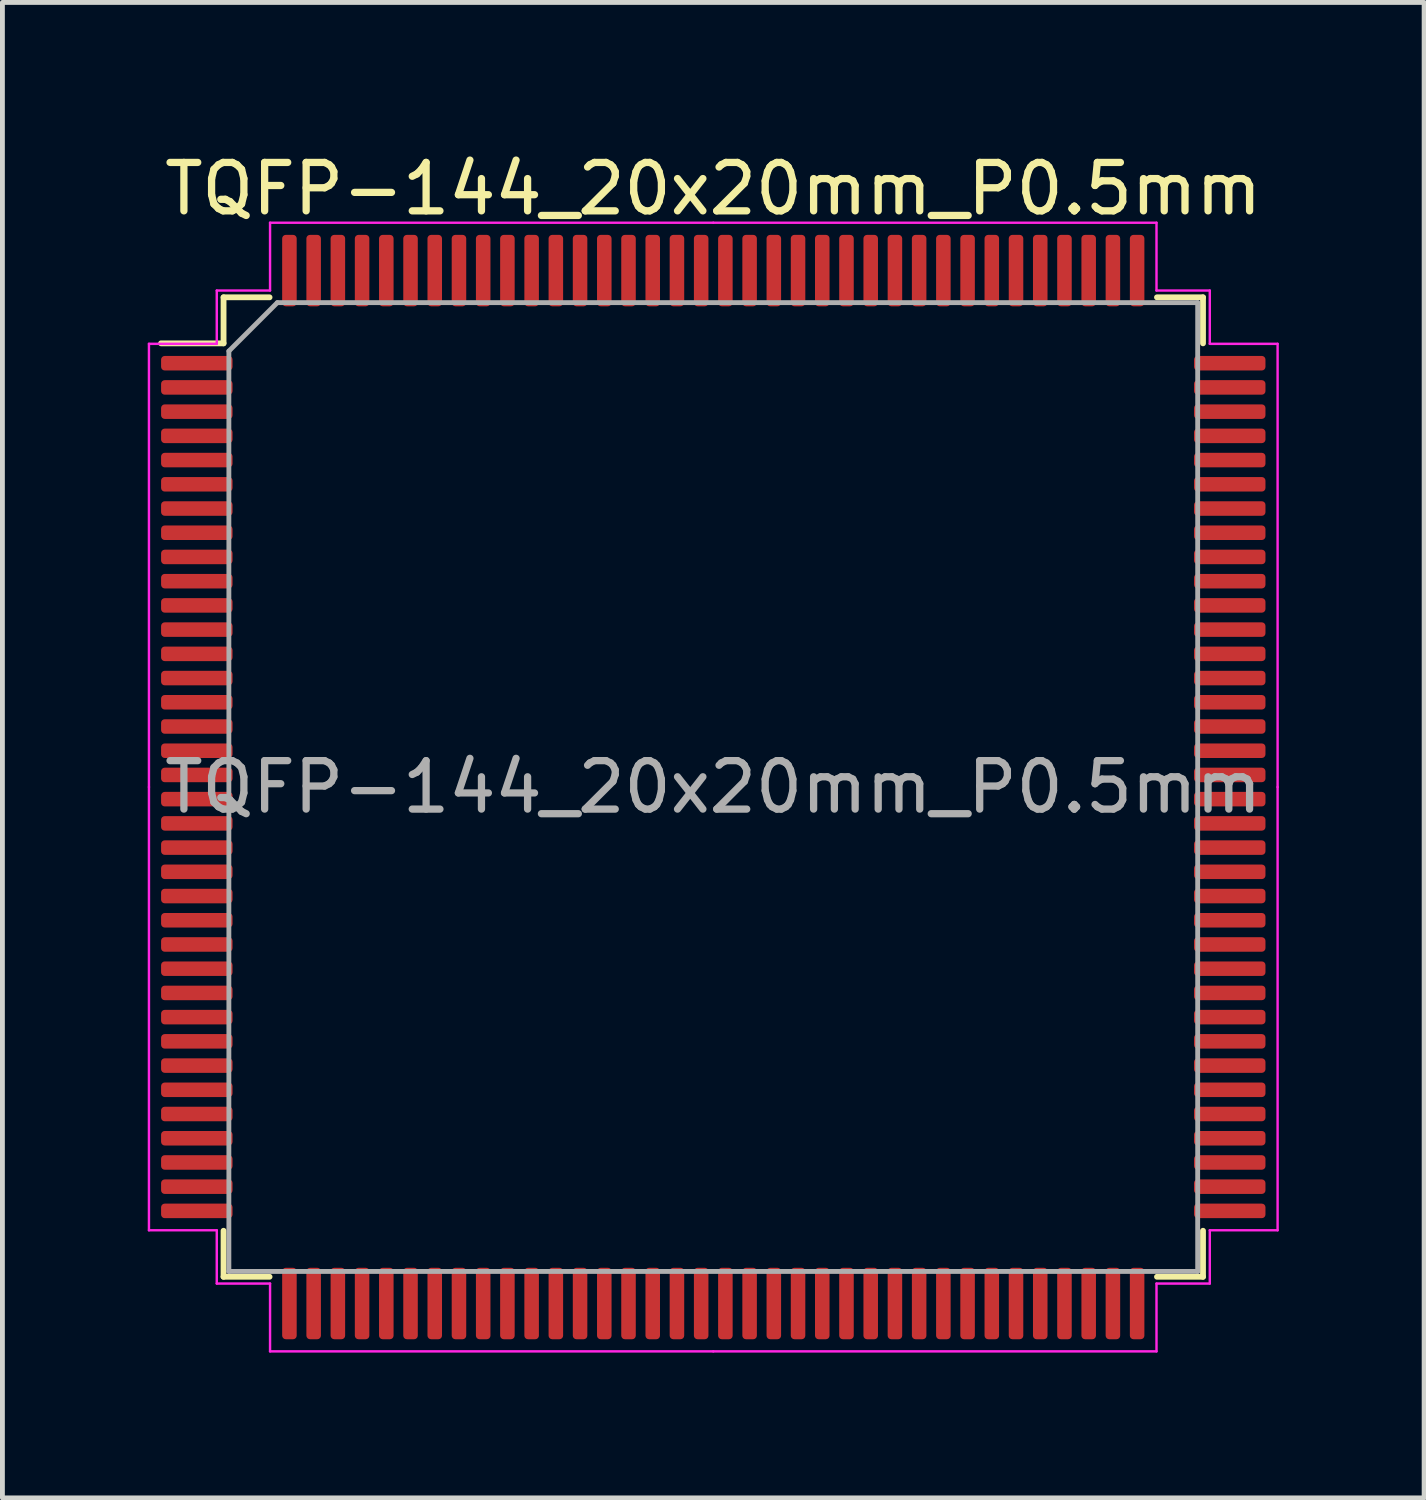
<source format=kicad_pcb>
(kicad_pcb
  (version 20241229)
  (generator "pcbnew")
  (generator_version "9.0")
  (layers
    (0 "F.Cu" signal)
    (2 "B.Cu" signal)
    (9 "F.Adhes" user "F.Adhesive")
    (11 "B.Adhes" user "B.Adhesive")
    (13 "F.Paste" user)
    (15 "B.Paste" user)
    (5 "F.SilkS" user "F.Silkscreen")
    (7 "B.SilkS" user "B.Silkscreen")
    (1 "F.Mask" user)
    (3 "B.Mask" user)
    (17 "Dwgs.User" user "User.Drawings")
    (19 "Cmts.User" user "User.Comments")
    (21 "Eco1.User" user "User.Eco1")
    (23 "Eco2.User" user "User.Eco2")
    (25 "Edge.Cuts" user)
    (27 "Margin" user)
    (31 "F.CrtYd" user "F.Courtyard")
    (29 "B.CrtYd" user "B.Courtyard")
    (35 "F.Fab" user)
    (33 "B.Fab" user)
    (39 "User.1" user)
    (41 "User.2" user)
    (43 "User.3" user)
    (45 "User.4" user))
  (footprint "TQFP-144_20x20mm_P0.5mm"
    (layer "F.Cu")
    (at 11.675 13.198)
    (property "Reference" "TQFP-144_20x20mm_P0.5mm" (at 0 -12.35 0) (layer "F.SilkS") (effects (font (size 1 1) (thickness 0.15))))
    (attr smd)
    (fp_line (start -10.11 -10.11) (end -10.11 -9.16) (stroke (width 0.12) (type solid)) (layer "F.SilkS"))
    (fp_line (start -10.11 -9.16) (end -11.4 -9.16) (stroke (width 0.12) (type solid)) (layer "F.SilkS"))
    (fp_line (start -10.11 10.11) (end -10.11 9.16) (stroke (width 0.12) (type solid)) (layer "F.SilkS"))
    (fp_line (start -9.16 -10.11) (end -10.11 -10.11) (stroke (width 0.12) (type solid)) (layer "F.SilkS"))
    (fp_line (start -9.16 10.11) (end -10.11 10.11) (stroke (width 0.12) (type solid)) (layer "F.SilkS"))
    (fp_line (start 9.16 -10.11) (end 10.11 -10.11) (stroke (width 0.12) (type solid)) (layer "F.SilkS"))
    (fp_line (start 9.16 10.11) (end 10.11 10.11) (stroke (width 0.12) (type solid)) (layer "F.SilkS"))
    (fp_line (start 10.11 -10.11) (end 10.11 -9.16) (stroke (width 0.12) (type solid)) (layer "F.SilkS"))
    (fp_line (start 10.11 10.11) (end 10.11 9.16) (stroke (width 0.12) (type solid)) (layer "F.SilkS"))
    (fp_line (start -11.65 -9.15) (end -11.65 0) (stroke (width 0.05) (type solid)) (layer "F.CrtYd"))
    (fp_line (start -11.65 9.15) (end -11.65 0) (stroke (width 0.05) (type solid)) (layer "F.CrtYd"))
    (fp_line (start -10.25 -10.25) (end -10.25 -9.15) (stroke (width 0.05) (type solid)) (layer "F.CrtYd"))
    (fp_line (start -10.25 -9.15) (end -11.65 -9.15) (stroke (width 0.05) (type solid)) (layer "F.CrtYd"))
    (fp_line (start -10.25 9.15) (end -11.65 9.15) (stroke (width 0.05) (type solid)) (layer "F.CrtYd"))
    (fp_line (start -10.25 10.25) (end -10.25 9.15) (stroke (width 0.05) (type solid)) (layer "F.CrtYd"))
    (fp_line (start -9.15 -11.65) (end -9.15 -10.25) (stroke (width 0.05) (type solid)) (layer "F.CrtYd"))
    (fp_line (start -9.15 -10.25) (end -10.25 -10.25) (stroke (width 0.05) (type solid)) (layer "F.CrtYd"))
    (fp_line (start -9.15 10.25) (end -10.25 10.25) (stroke (width 0.05) (type solid)) (layer "F.CrtYd"))
    (fp_line (start -9.15 11.65) (end -9.15 10.25) (stroke (width 0.05) (type solid)) (layer "F.CrtYd"))
    (fp_line (start 0 -11.65) (end -9.15 -11.65) (stroke (width 0.05) (type solid)) (layer "F.CrtYd"))
    (fp_line (start 0 -11.65) (end 9.15 -11.65) (stroke (width 0.05) (type solid)) (layer "F.CrtYd"))
    (fp_line (start 0 11.65) (end -9.15 11.65) (stroke (width 0.05) (type solid)) (layer "F.CrtYd"))
    (fp_line (start 0 11.65) (end 9.15 11.65) (stroke (width 0.05) (type solid)) (layer "F.CrtYd"))
    (fp_line (start 9.15 -11.65) (end 9.15 -10.25) (stroke (width 0.05) (type solid)) (layer "F.CrtYd"))
    (fp_line (start 9.15 -10.25) (end 10.25 -10.25) (stroke (width 0.05) (type solid)) (layer "F.CrtYd"))
    (fp_line (start 9.15 10.25) (end 10.25 10.25) (stroke (width 0.05) (type solid)) (layer "F.CrtYd"))
    (fp_line (start 9.15 11.65) (end 9.15 10.25) (stroke (width 0.05) (type solid)) (layer "F.CrtYd"))
    (fp_line (start 10.25 -10.25) (end 10.25 -9.15) (stroke (width 0.05) (type solid)) (layer "F.CrtYd"))
    (fp_line (start 10.25 -9.15) (end 11.65 -9.15) (stroke (width 0.05) (type solid)) (layer "F.CrtYd"))
    (fp_line (start 10.25 9.15) (end 11.65 9.15) (stroke (width 0.05) (type solid)) (layer "F.CrtYd"))
    (fp_line (start 10.25 10.25) (end 10.25 9.15) (stroke (width 0.05) (type solid)) (layer "F.CrtYd"))
    (fp_line (start 11.65 -9.15) (end 11.65 0) (stroke (width 0.05) (type solid)) (layer "F.CrtYd"))
    (fp_line (start 11.65 9.15) (end 11.65 0) (stroke (width 0.05) (type solid)) (layer "F.CrtYd"))
    (fp_line (start -10 -9) (end -9 -10) (stroke (width 0.1) (type solid)) (layer "F.Fab"))
    (fp_line (start -10 10) (end -10 -9) (stroke (width 0.1) (type solid)) (layer "F.Fab"))
    (fp_line (start -9 -10) (end 10 -10) (stroke (width 0.1) (type solid)) (layer "F.Fab"))
    (fp_line (start 10 -10) (end 10 10) (stroke (width 0.1) (type solid)) (layer "F.Fab"))
    (fp_line (start 10 10) (end -10 10) (stroke (width 0.1) (type solid)) (layer "F.Fab"))
    (fp_text user "${REFERENCE}" (at 0 0 0) (layer "F.Fab") (effects (font (size 1 1) (thickness 0.15))))
    (pad "1" smd roundrect (at -10.662 -8.75) (size 1.475 0.3) (layers "F.Cu" "F.Mask" "F.Paste") (roundrect_rratio 0.25))
    (pad "2" smd roundrect (at -10.662 -8.25) (size 1.475 0.3) (layers "F.Cu" "F.Mask" "F.Paste") (roundrect_rratio 0.25))
    (pad "3" smd roundrect (at -10.662 -7.75) (size 1.475 0.3) (layers "F.Cu" "F.Mask" "F.Paste") (roundrect_rratio 0.25))
    (pad "4" smd roundrect (at -10.662 -7.25) (size 1.475 0.3) (layers "F.Cu" "F.Mask" "F.Paste") (roundrect_rratio 0.25))
    (pad "5" smd roundrect (at -10.662 -6.75) (size 1.475 0.3) (layers "F.Cu" "F.Mask" "F.Paste") (roundrect_rratio 0.25))
    (pad "6" smd roundrect (at -10.662 -6.25) (size 1.475 0.3) (layers "F.Cu" "F.Mask" "F.Paste") (roundrect_rratio 0.25))
    (pad "7" smd roundrect (at -10.662 -5.75) (size 1.475 0.3) (layers "F.Cu" "F.Mask" "F.Paste") (roundrect_rratio 0.25))
    (pad "8" smd roundrect (at -10.662 -5.25) (size 1.475 0.3) (layers "F.Cu" "F.Mask" "F.Paste") (roundrect_rratio 0.25))
    (pad "9" smd roundrect (at -10.662 -4.75) (size 1.475 0.3) (layers "F.Cu" "F.Mask" "F.Paste") (roundrect_rratio 0.25))
    (pad "10" smd roundrect (at -10.662 -4.25) (size 1.475 0.3) (layers "F.Cu" "F.Mask" "F.Paste") (roundrect_rratio 0.25))
    (pad "11" smd roundrect (at -10.662 -3.75) (size 1.475 0.3) (layers "F.Cu" "F.Mask" "F.Paste") (roundrect_rratio 0.25))
    (pad "12" smd roundrect (at -10.662 -3.25) (size 1.475 0.3) (layers "F.Cu" "F.Mask" "F.Paste") (roundrect_rratio 0.25))
    (pad "13" smd roundrect (at -10.662 -2.75) (size 1.475 0.3) (layers "F.Cu" "F.Mask" "F.Paste") (roundrect_rratio 0.25))
    (pad "14" smd roundrect (at -10.662 -2.25) (size 1.475 0.3) (layers "F.Cu" "F.Mask" "F.Paste") (roundrect_rratio 0.25))
    (pad "15" smd roundrect (at -10.662 -1.75) (size 1.475 0.3) (layers "F.Cu" "F.Mask" "F.Paste") (roundrect_rratio 0.25))
    (pad "16" smd roundrect (at -10.662 -1.25) (size 1.475 0.3) (layers "F.Cu" "F.Mask" "F.Paste") (roundrect_rratio 0.25))
    (pad "17" smd roundrect (at -10.662 -0.75) (size 1.475 0.3) (layers "F.Cu" "F.Mask" "F.Paste") (roundrect_rratio 0.25))
    (pad "18" smd roundrect (at -10.662 -0.25) (size 1.475 0.3) (layers "F.Cu" "F.Mask" "F.Paste") (roundrect_rratio 0.25))
    (pad "19" smd roundrect (at -10.662 0.25) (size 1.475 0.3) (layers "F.Cu" "F.Mask" "F.Paste") (roundrect_rratio 0.25))
    (pad "20" smd roundrect (at -10.662 0.75) (size 1.475 0.3) (layers "F.Cu" "F.Mask" "F.Paste") (roundrect_rratio 0.25))
    (pad "21" smd roundrect (at -10.662 1.25) (size 1.475 0.3) (layers "F.Cu" "F.Mask" "F.Paste") (roundrect_rratio 0.25))
    (pad "22" smd roundrect (at -10.662 1.75) (size 1.475 0.3) (layers "F.Cu" "F.Mask" "F.Paste") (roundrect_rratio 0.25))
    (pad "23" smd roundrect (at -10.662 2.25) (size 1.475 0.3) (layers "F.Cu" "F.Mask" "F.Paste") (roundrect_rratio 0.25))
    (pad "24" smd roundrect (at -10.662 2.75) (size 1.475 0.3) (layers "F.Cu" "F.Mask" "F.Paste") (roundrect_rratio 0.25))
    (pad "25" smd roundrect (at -10.662 3.25) (size 1.475 0.3) (layers "F.Cu" "F.Mask" "F.Paste") (roundrect_rratio 0.25))
    (pad "26" smd roundrect (at -10.662 3.75) (size 1.475 0.3) (layers "F.Cu" "F.Mask" "F.Paste") (roundrect_rratio 0.25))
    (pad "27" smd roundrect (at -10.662 4.25) (size 1.475 0.3) (layers "F.Cu" "F.Mask" "F.Paste") (roundrect_rratio 0.25))
    (pad "28" smd roundrect (at -10.662 4.75) (size 1.475 0.3) (layers "F.Cu" "F.Mask" "F.Paste") (roundrect_rratio 0.25))
    (pad "29" smd roundrect (at -10.662 5.25) (size 1.475 0.3) (layers "F.Cu" "F.Mask" "F.Paste") (roundrect_rratio 0.25))
    (pad "30" smd roundrect (at -10.662 5.75) (size 1.475 0.3) (layers "F.Cu" "F.Mask" "F.Paste") (roundrect_rratio 0.25))
    (pad "31" smd roundrect (at -10.662 6.25) (size 1.475 0.3) (layers "F.Cu" "F.Mask" "F.Paste") (roundrect_rratio 0.25))
    (pad "32" smd roundrect (at -10.662 6.75) (size 1.475 0.3) (layers "F.Cu" "F.Mask" "F.Paste") (roundrect_rratio 0.25))
    (pad "33" smd roundrect (at -10.662 7.25) (size 1.475 0.3) (layers "F.Cu" "F.Mask" "F.Paste") (roundrect_rratio 0.25))
    (pad "34" smd roundrect (at -10.662 7.75) (size 1.475 0.3) (layers "F.Cu" "F.Mask" "F.Paste") (roundrect_rratio 0.25))
    (pad "35" smd roundrect (at -10.662 8.25) (size 1.475 0.3) (layers "F.Cu" "F.Mask" "F.Paste") (roundrect_rratio 0.25))
    (pad "36" smd roundrect (at -10.662 8.75) (size 1.475 0.3) (layers "F.Cu" "F.Mask" "F.Paste") (roundrect_rratio 0.25))
    (pad "37" smd roundrect (at -8.75 10.662) (size 0.3 1.475) (layers "F.Cu" "F.Mask" "F.Paste") (roundrect_rratio 0.25))
    (pad "38" smd roundrect (at -8.25 10.662) (size 0.3 1.475) (layers "F.Cu" "F.Mask" "F.Paste") (roundrect_rratio 0.25))
    (pad "39" smd roundrect (at -7.75 10.662) (size 0.3 1.475) (layers "F.Cu" "F.Mask" "F.Paste") (roundrect_rratio 0.25))
    (pad "40" smd roundrect (at -7.25 10.662) (size 0.3 1.475) (layers "F.Cu" "F.Mask" "F.Paste") (roundrect_rratio 0.25))
    (pad "41" smd roundrect (at -6.75 10.662) (size 0.3 1.475) (layers "F.Cu" "F.Mask" "F.Paste") (roundrect_rratio 0.25))
    (pad "42" smd roundrect (at -6.25 10.662) (size 0.3 1.475) (layers "F.Cu" "F.Mask" "F.Paste") (roundrect_rratio 0.25))
    (pad "43" smd roundrect (at -5.75 10.662) (size 0.3 1.475) (layers "F.Cu" "F.Mask" "F.Paste") (roundrect_rratio 0.25))
    (pad "44" smd roundrect (at -5.25 10.662) (size 0.3 1.475) (layers "F.Cu" "F.Mask" "F.Paste") (roundrect_rratio 0.25))
    (pad "45" smd roundrect (at -4.75 10.662) (size 0.3 1.475) (layers "F.Cu" "F.Mask" "F.Paste") (roundrect_rratio 0.25))
    (pad "46" smd roundrect (at -4.25 10.662) (size 0.3 1.475) (layers "F.Cu" "F.Mask" "F.Paste") (roundrect_rratio 0.25))
    (pad "47" smd roundrect (at -3.75 10.662) (size 0.3 1.475) (layers "F.Cu" "F.Mask" "F.Paste") (roundrect_rratio 0.25))
    (pad "48" smd roundrect (at -3.25 10.662) (size 0.3 1.475) (layers "F.Cu" "F.Mask" "F.Paste") (roundrect_rratio 0.25))
    (pad "49" smd roundrect (at -2.75 10.662) (size 0.3 1.475) (layers "F.Cu" "F.Mask" "F.Paste") (roundrect_rratio 0.25))
    (pad "50" smd roundrect (at -2.25 10.662) (size 0.3 1.475) (layers "F.Cu" "F.Mask" "F.Paste") (roundrect_rratio 0.25))
    (pad "51" smd roundrect (at -1.75 10.662) (size 0.3 1.475) (layers "F.Cu" "F.Mask" "F.Paste") (roundrect_rratio 0.25))
    (pad "52" smd roundrect (at -1.25 10.662) (size 0.3 1.475) (layers "F.Cu" "F.Mask" "F.Paste") (roundrect_rratio 0.25))
    (pad "53" smd roundrect (at -0.75 10.662) (size 0.3 1.475) (layers "F.Cu" "F.Mask" "F.Paste") (roundrect_rratio 0.25))
    (pad "54" smd roundrect (at -0.25 10.662) (size 0.3 1.475) (layers "F.Cu" "F.Mask" "F.Paste") (roundrect_rratio 0.25))
    (pad "55" smd roundrect (at 0.25 10.662) (size 0.3 1.475) (layers "F.Cu" "F.Mask" "F.Paste") (roundrect_rratio 0.25))
    (pad "56" smd roundrect (at 0.75 10.662) (size 0.3 1.475) (layers "F.Cu" "F.Mask" "F.Paste") (roundrect_rratio 0.25))
    (pad "57" smd roundrect (at 1.25 10.662) (size 0.3 1.475) (layers "F.Cu" "F.Mask" "F.Paste") (roundrect_rratio 0.25))
    (pad "58" smd roundrect (at 1.75 10.662) (size 0.3 1.475) (layers "F.Cu" "F.Mask" "F.Paste") (roundrect_rratio 0.25))
    (pad "59" smd roundrect (at 2.25 10.662) (size 0.3 1.475) (layers "F.Cu" "F.Mask" "F.Paste") (roundrect_rratio 0.25))
    (pad "60" smd roundrect (at 2.75 10.662) (size 0.3 1.475) (layers "F.Cu" "F.Mask" "F.Paste") (roundrect_rratio 0.25))
    (pad "61" smd roundrect (at 3.25 10.662) (size 0.3 1.475) (layers "F.Cu" "F.Mask" "F.Paste") (roundrect_rratio 0.25))
    (pad "62" smd roundrect (at 3.75 10.662) (size 0.3 1.475) (layers "F.Cu" "F.Mask" "F.Paste") (roundrect_rratio 0.25))
    (pad "63" smd roundrect (at 4.25 10.662) (size 0.3 1.475) (layers "F.Cu" "F.Mask" "F.Paste") (roundrect_rratio 0.25))
    (pad "64" smd roundrect (at 4.75 10.662) (size 0.3 1.475) (layers "F.Cu" "F.Mask" "F.Paste") (roundrect_rratio 0.25))
    (pad "65" smd roundrect (at 5.25 10.662) (size 0.3 1.475) (layers "F.Cu" "F.Mask" "F.Paste") (roundrect_rratio 0.25))
    (pad "66" smd roundrect (at 5.75 10.662) (size 0.3 1.475) (layers "F.Cu" "F.Mask" "F.Paste") (roundrect_rratio 0.25))
    (pad "67" smd roundrect (at 6.25 10.662) (size 0.3 1.475) (layers "F.Cu" "F.Mask" "F.Paste") (roundrect_rratio 0.25))
    (pad "68" smd roundrect (at 6.75 10.662) (size 0.3 1.475) (layers "F.Cu" "F.Mask" "F.Paste") (roundrect_rratio 0.25))
    (pad "69" smd roundrect (at 7.25 10.662) (size 0.3 1.475) (layers "F.Cu" "F.Mask" "F.Paste") (roundrect_rratio 0.25))
    (pad "70" smd roundrect (at 7.75 10.662) (size 0.3 1.475) (layers "F.Cu" "F.Mask" "F.Paste") (roundrect_rratio 0.25))
    (pad "71" smd roundrect (at 8.25 10.662) (size 0.3 1.475) (layers "F.Cu" "F.Mask" "F.Paste") (roundrect_rratio 0.25))
    (pad "72" smd roundrect (at 8.75 10.662) (size 0.3 1.475) (layers "F.Cu" "F.Mask" "F.Paste") (roundrect_rratio 0.25))
    (pad "73" smd roundrect (at 10.662 8.75) (size 1.475 0.3) (layers "F.Cu" "F.Mask" "F.Paste") (roundrect_rratio 0.25))
    (pad "74" smd roundrect (at 10.662 8.25) (size 1.475 0.3) (layers "F.Cu" "F.Mask" "F.Paste") (roundrect_rratio 0.25))
    (pad "75" smd roundrect (at 10.662 7.75) (size 1.475 0.3) (layers "F.Cu" "F.Mask" "F.Paste") (roundrect_rratio 0.25))
    (pad "76" smd roundrect (at 10.662 7.25) (size 1.475 0.3) (layers "F.Cu" "F.Mask" "F.Paste") (roundrect_rratio 0.25))
    (pad "77" smd roundrect (at 10.662 6.75) (size 1.475 0.3) (layers "F.Cu" "F.Mask" "F.Paste") (roundrect_rratio 0.25))
    (pad "78" smd roundrect (at 10.662 6.25) (size 1.475 0.3) (layers "F.Cu" "F.Mask" "F.Paste") (roundrect_rratio 0.25))
    (pad "79" smd roundrect (at 10.662 5.75) (size 1.475 0.3) (layers "F.Cu" "F.Mask" "F.Paste") (roundrect_rratio 0.25))
    (pad "80" smd roundrect (at 10.662 5.25) (size 1.475 0.3) (layers "F.Cu" "F.Mask" "F.Paste") (roundrect_rratio 0.25))
    (pad "81" smd roundrect (at 10.662 4.75) (size 1.475 0.3) (layers "F.Cu" "F.Mask" "F.Paste") (roundrect_rratio 0.25))
    (pad "82" smd roundrect (at 10.662 4.25) (size 1.475 0.3) (layers "F.Cu" "F.Mask" "F.Paste") (roundrect_rratio 0.25))
    (pad "83" smd roundrect (at 10.662 3.75) (size 1.475 0.3) (layers "F.Cu" "F.Mask" "F.Paste") (roundrect_rratio 0.25))
    (pad "84" smd roundrect (at 10.662 3.25) (size 1.475 0.3) (layers "F.Cu" "F.Mask" "F.Paste") (roundrect_rratio 0.25))
    (pad "85" smd roundrect (at 10.662 2.75) (size 1.475 0.3) (layers "F.Cu" "F.Mask" "F.Paste") (roundrect_rratio 0.25))
    (pad "86" smd roundrect (at 10.662 2.25) (size 1.475 0.3) (layers "F.Cu" "F.Mask" "F.Paste") (roundrect_rratio 0.25))
    (pad "87" smd roundrect (at 10.662 1.75) (size 1.475 0.3) (layers "F.Cu" "F.Mask" "F.Paste") (roundrect_rratio 0.25))
    (pad "88" smd roundrect (at 10.662 1.25) (size 1.475 0.3) (layers "F.Cu" "F.Mask" "F.Paste") (roundrect_rratio 0.25))
    (pad "89" smd roundrect (at 10.662 0.75) (size 1.475 0.3) (layers "F.Cu" "F.Mask" "F.Paste") (roundrect_rratio 0.25))
    (pad "90" smd roundrect (at 10.662 0.25) (size 1.475 0.3) (layers "F.Cu" "F.Mask" "F.Paste") (roundrect_rratio 0.25))
    (pad "91" smd roundrect (at 10.662 -0.25) (size 1.475 0.3) (layers "F.Cu" "F.Mask" "F.Paste") (roundrect_rratio 0.25))
    (pad "92" smd roundrect (at 10.662 -0.75) (size 1.475 0.3) (layers "F.Cu" "F.Mask" "F.Paste") (roundrect_rratio 0.25))
    (pad "93" smd roundrect (at 10.662 -1.25) (size 1.475 0.3) (layers "F.Cu" "F.Mask" "F.Paste") (roundrect_rratio 0.25))
    (pad "94" smd roundrect (at 10.662 -1.75) (size 1.475 0.3) (layers "F.Cu" "F.Mask" "F.Paste") (roundrect_rratio 0.25))
    (pad "95" smd roundrect (at 10.662 -2.25) (size 1.475 0.3) (layers "F.Cu" "F.Mask" "F.Paste") (roundrect_rratio 0.25))
    (pad "96" smd roundrect (at 10.662 -2.75) (size 1.475 0.3) (layers "F.Cu" "F.Mask" "F.Paste") (roundrect_rratio 0.25))
    (pad "97" smd roundrect (at 10.662 -3.25) (size 1.475 0.3) (layers "F.Cu" "F.Mask" "F.Paste") (roundrect_rratio 0.25))
    (pad "98" smd roundrect (at 10.662 -3.75) (size 1.475 0.3) (layers "F.Cu" "F.Mask" "F.Paste") (roundrect_rratio 0.25))
    (pad "99" smd roundrect (at 10.662 -4.25) (size 1.475 0.3) (layers "F.Cu" "F.Mask" "F.Paste") (roundrect_rratio 0.25))
    (pad "100" smd roundrect (at 10.662 -4.75) (size 1.475 0.3) (layers "F.Cu" "F.Mask" "F.Paste") (roundrect_rratio 0.25))
    (pad "101" smd roundrect (at 10.662 -5.25) (size 1.475 0.3) (layers "F.Cu" "F.Mask" "F.Paste") (roundrect_rratio 0.25))
    (pad "102" smd roundrect (at 10.662 -5.75) (size 1.475 0.3) (layers "F.Cu" "F.Mask" "F.Paste") (roundrect_rratio 0.25))
    (pad "103" smd roundrect (at 10.662 -6.25) (size 1.475 0.3) (layers "F.Cu" "F.Mask" "F.Paste") (roundrect_rratio 0.25))
    (pad "104" smd roundrect (at 10.662 -6.75) (size 1.475 0.3) (layers "F.Cu" "F.Mask" "F.Paste") (roundrect_rratio 0.25))
    (pad "105" smd roundrect (at 10.662 -7.25) (size 1.475 0.3) (layers "F.Cu" "F.Mask" "F.Paste") (roundrect_rratio 0.25))
    (pad "106" smd roundrect (at 10.662 -7.75) (size 1.475 0.3) (layers "F.Cu" "F.Mask" "F.Paste") (roundrect_rratio 0.25))
    (pad "107" smd roundrect (at 10.662 -8.25) (size 1.475 0.3) (layers "F.Cu" "F.Mask" "F.Paste") (roundrect_rratio 0.25))
    (pad "108" smd roundrect (at 10.662 -8.75) (size 1.475 0.3) (layers "F.Cu" "F.Mask" "F.Paste") (roundrect_rratio 0.25))
    (pad "109" smd roundrect (at 8.75 -10.662) (size 0.3 1.475) (layers "F.Cu" "F.Mask" "F.Paste") (roundrect_rratio 0.25))
    (pad "110" smd roundrect (at 8.25 -10.662) (size 0.3 1.475) (layers "F.Cu" "F.Mask" "F.Paste") (roundrect_rratio 0.25))
    (pad "111" smd roundrect (at 7.75 -10.662) (size 0.3 1.475) (layers "F.Cu" "F.Mask" "F.Paste") (roundrect_rratio 0.25))
    (pad "112" smd roundrect (at 7.25 -10.662) (size 0.3 1.475) (layers "F.Cu" "F.Mask" "F.Paste") (roundrect_rratio 0.25))
    (pad "113" smd roundrect (at 6.75 -10.662) (size 0.3 1.475) (layers "F.Cu" "F.Mask" "F.Paste") (roundrect_rratio 0.25))
    (pad "114" smd roundrect (at 6.25 -10.662) (size 0.3 1.475) (layers "F.Cu" "F.Mask" "F.Paste") (roundrect_rratio 0.25))
    (pad "115" smd roundrect (at 5.75 -10.662) (size 0.3 1.475) (layers "F.Cu" "F.Mask" "F.Paste") (roundrect_rratio 0.25))
    (pad "116" smd roundrect (at 5.25 -10.662) (size 0.3 1.475) (layers "F.Cu" "F.Mask" "F.Paste") (roundrect_rratio 0.25))
    (pad "117" smd roundrect (at 4.75 -10.662) (size 0.3 1.475) (layers "F.Cu" "F.Mask" "F.Paste") (roundrect_rratio 0.25))
    (pad "118" smd roundrect (at 4.25 -10.662) (size 0.3 1.475) (layers "F.Cu" "F.Mask" "F.Paste") (roundrect_rratio 0.25))
    (pad "119" smd roundrect (at 3.75 -10.662) (size 0.3 1.475) (layers "F.Cu" "F.Mask" "F.Paste") (roundrect_rratio 0.25))
    (pad "120" smd roundrect (at 3.25 -10.662) (size 0.3 1.475) (layers "F.Cu" "F.Mask" "F.Paste") (roundrect_rratio 0.25))
    (pad "121" smd roundrect (at 2.75 -10.662) (size 0.3 1.475) (layers "F.Cu" "F.Mask" "F.Paste") (roundrect_rratio 0.25))
    (pad "122" smd roundrect (at 2.25 -10.662) (size 0.3 1.475) (layers "F.Cu" "F.Mask" "F.Paste") (roundrect_rratio 0.25))
    (pad "123" smd roundrect (at 1.75 -10.662) (size 0.3 1.475) (layers "F.Cu" "F.Mask" "F.Paste") (roundrect_rratio 0.25))
    (pad "124" smd roundrect (at 1.25 -10.662) (size 0.3 1.475) (layers "F.Cu" "F.Mask" "F.Paste") (roundrect_rratio 0.25))
    (pad "125" smd roundrect (at 0.75 -10.662) (size 0.3 1.475) (layers "F.Cu" "F.Mask" "F.Paste") (roundrect_rratio 0.25))
    (pad "126" smd roundrect (at 0.25 -10.662) (size 0.3 1.475) (layers "F.Cu" "F.Mask" "F.Paste") (roundrect_rratio 0.25))
    (pad "127" smd roundrect (at -0.25 -10.662) (size 0.3 1.475) (layers "F.Cu" "F.Mask" "F.Paste") (roundrect_rratio 0.25))
    (pad "128" smd roundrect (at -0.75 -10.662) (size 0.3 1.475) (layers "F.Cu" "F.Mask" "F.Paste") (roundrect_rratio 0.25))
    (pad "129" smd roundrect (at -1.25 -10.662) (size 0.3 1.475) (layers "F.Cu" "F.Mask" "F.Paste") (roundrect_rratio 0.25))
    (pad "130" smd roundrect (at -1.75 -10.662) (size 0.3 1.475) (layers "F.Cu" "F.Mask" "F.Paste") (roundrect_rratio 0.25))
    (pad "131" smd roundrect (at -2.25 -10.662) (size 0.3 1.475) (layers "F.Cu" "F.Mask" "F.Paste") (roundrect_rratio 0.25))
    (pad "132" smd roundrect (at -2.75 -10.662) (size 0.3 1.475) (layers "F.Cu" "F.Mask" "F.Paste") (roundrect_rratio 0.25))
    (pad "133" smd roundrect (at -3.25 -10.662) (size 0.3 1.475) (layers "F.Cu" "F.Mask" "F.Paste") (roundrect_rratio 0.25))
    (pad "134" smd roundrect (at -3.75 -10.662) (size 0.3 1.475) (layers "F.Cu" "F.Mask" "F.Paste") (roundrect_rratio 0.25))
    (pad "135" smd roundrect (at -4.25 -10.662) (size 0.3 1.475) (layers "F.Cu" "F.Mask" "F.Paste") (roundrect_rratio 0.25))
    (pad "136" smd roundrect (at -4.75 -10.662) (size 0.3 1.475) (layers "F.Cu" "F.Mask" "F.Paste") (roundrect_rratio 0.25))
    (pad "137" smd roundrect (at -5.25 -10.662) (size 0.3 1.475) (layers "F.Cu" "F.Mask" "F.Paste") (roundrect_rratio 0.25))
    (pad "138" smd roundrect (at -5.75 -10.662) (size 0.3 1.475) (layers "F.Cu" "F.Mask" "F.Paste") (roundrect_rratio 0.25))
    (pad "139" smd roundrect (at -6.25 -10.662) (size 0.3 1.475) (layers "F.Cu" "F.Mask" "F.Paste") (roundrect_rratio 0.25))
    (pad "140" smd roundrect (at -6.75 -10.662) (size 0.3 1.475) (layers "F.Cu" "F.Mask" "F.Paste") (roundrect_rratio 0.25))
    (pad "141" smd roundrect (at -7.25 -10.662) (size 0.3 1.475) (layers "F.Cu" "F.Mask" "F.Paste") (roundrect_rratio 0.25))
    (pad "142" smd roundrect (at -7.75 -10.662) (size 0.3 1.475) (layers "F.Cu" "F.Mask" "F.Paste") (roundrect_rratio 0.25))
    (pad "143" smd roundrect (at -8.25 -10.662) (size 0.3 1.475) (layers "F.Cu" "F.Mask" "F.Paste") (roundrect_rratio 0.25))
    (pad "144" smd roundrect (at -8.75 -10.662) (size 0.3 1.475) (layers "F.Cu" "F.Mask" "F.Paste") (roundrect_rratio 0.25)))
  (gr_rect
    (start -3 -3)
    (end 26.35 27.873)
    (stroke (width 0.1) (type default))
    (fill no)
    (layer "Edge.Cuts")))
</source>
